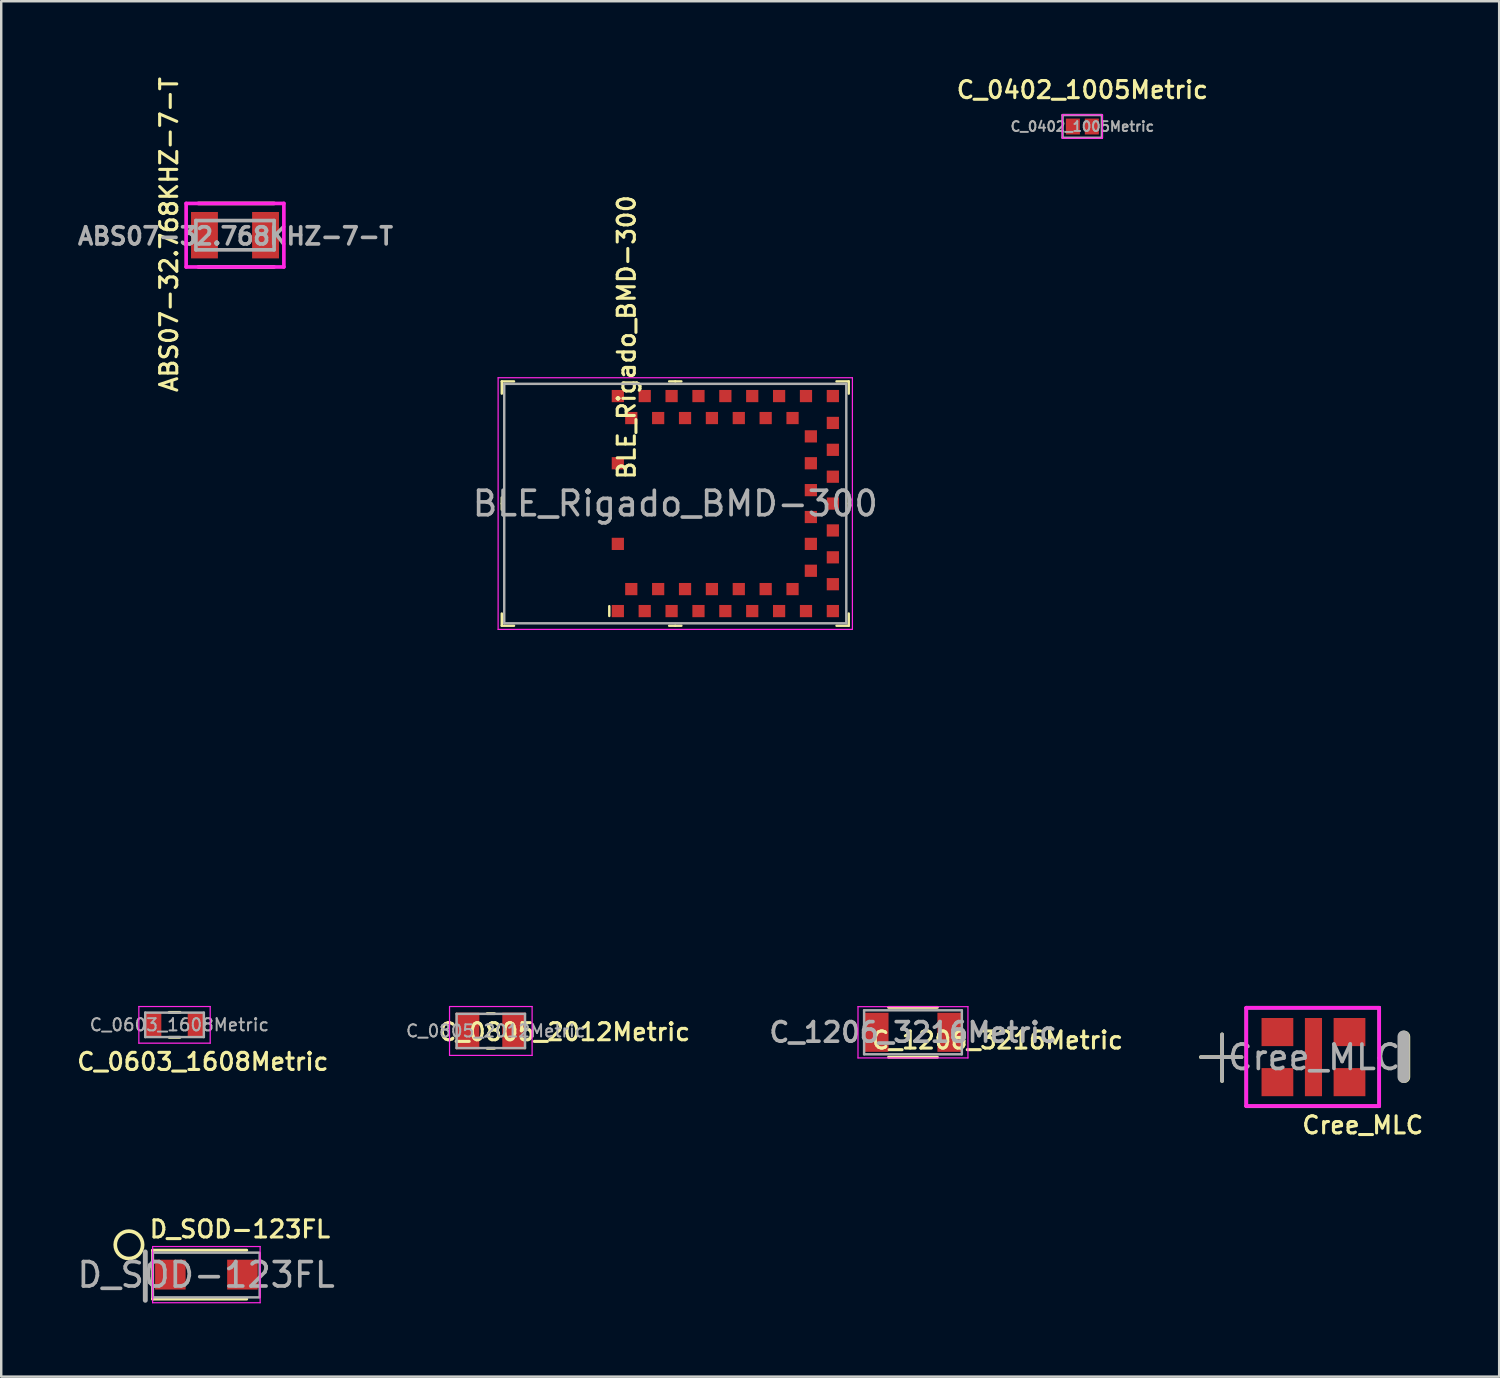
<source format=kicad_pcb>
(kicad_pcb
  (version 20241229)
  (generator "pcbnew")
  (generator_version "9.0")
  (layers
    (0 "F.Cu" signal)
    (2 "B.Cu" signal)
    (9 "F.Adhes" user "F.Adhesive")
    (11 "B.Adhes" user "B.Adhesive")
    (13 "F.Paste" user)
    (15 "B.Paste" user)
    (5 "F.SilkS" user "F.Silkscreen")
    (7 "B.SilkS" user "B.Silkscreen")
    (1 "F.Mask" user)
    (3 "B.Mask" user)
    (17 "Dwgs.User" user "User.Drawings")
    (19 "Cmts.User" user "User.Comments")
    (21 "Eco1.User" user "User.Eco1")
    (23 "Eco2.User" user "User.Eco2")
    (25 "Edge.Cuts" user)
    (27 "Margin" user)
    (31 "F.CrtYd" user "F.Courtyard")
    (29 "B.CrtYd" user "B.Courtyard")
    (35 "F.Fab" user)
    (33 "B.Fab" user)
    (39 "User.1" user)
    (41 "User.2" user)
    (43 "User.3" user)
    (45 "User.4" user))
  (footprint "ABS07-32.768KHZ-7-T"
    (layer "F.Cu")
    (at 6.568 6.576)
    (property "Reference" "ABS07-32.768KHZ-7-T" (at -2.701 -0.026 90) (layer "F.SilkS") (effects (font (size 0.7 0.7) (thickness 0.125))))
    (attr smd)
    (fp_line (start -1.5 -1.3) (end 1.6 -1.3) (stroke (width 0.15) (type solid)) (layer "F.SilkS"))
    (fp_line (start -1.5 1.3) (end 1.6 1.3) (stroke (width 0.15) (type solid)) (layer "F.SilkS"))
    (fp_line (start -2 -1.3) (end 2 -1.3) (stroke (width 0.15) (type solid)) (layer "F.CrtYd"))
    (fp_line (start -2 1.3) (end -2 -1.3) (stroke (width 0.15) (type solid)) (layer "F.CrtYd"))
    (fp_line (start 2 -1.3) (end 2 1.3) (stroke (width 0.15) (type solid)) (layer "F.CrtYd"))
    (fp_line (start 2 1.3) (end -2 1.3) (stroke (width 0.15) (type solid)) (layer "F.CrtYd"))
    (fp_line (start -1.6 -0.6) (end -1.6 0.6) (stroke (width 0.15) (type solid)) (layer "F.Fab"))
    (fp_line (start -1.6 -0.6) (end 1.6 -0.6) (stroke (width 0.15) (type solid)) (layer "F.Fab"))
    (fp_line (start 1.6 -0.6) (end 1.6 0.6) (stroke (width 0.15) (type solid)) (layer "F.Fab"))
    (fp_line (start 1.6 0.6) (end -1.6 0.6) (stroke (width 0.15) (type solid)) (layer "F.Fab"))
    (fp_text user "${REFERENCE}" (at 0.02 0.04 0) (layer "F.Fab") (effects (font (size 0.7 0.7) (thickness 0.15))))
    (pad "1" smd rect (at -1.25 0) (size 1.1 1.9) (layers "F.Cu" "F.Mask" "F.Paste"))
    (pad "2" smd rect (at 1.25 0) (size 1.1 1.9) (layers "F.Cu" "F.Mask" "F.Paste")))
  (footprint "D_SOD-123FL"
    (layer "F.Cu")
    (at 5.397 49.118)
    (property "Reference" "D_SOD-123FL" (at 1.374 -1.859 0) (layer "F.SilkS") (effects (font (size 0.7 0.7) (thickness 0.125))))
    (attr smd)
    (fp_line (start -2.2 -1) (end -2.2 1) (stroke (width 0.12) (type solid)) (layer "F.SilkS"))
    (fp_line (start -2.2 -1) (end 1.65 -1) (stroke (width 0.12) (type solid)) (layer "F.SilkS"))
    (fp_line (start -2.2 1) (end 1.65 1) (stroke (width 0.12) (type solid)) (layer "F.SilkS"))
    (fp_circle (center -3.17 -1.22) (end -2.88 -0.74) (stroke (width 0.15) (type solid)) (fill no) (layer "F.SilkS"))
    (fp_line (start -2.2 -1.15) (end -2.2 1.15) (stroke (width 0.05) (type solid)) (layer "F.CrtYd"))
    (fp_line (start -2.2 -1.15) (end 2.2 -1.15) (stroke (width 0.05) (type solid)) (layer "F.CrtYd"))
    (fp_line (start 2.2 -1.15) (end 2.2 1.15) (stroke (width 0.05) (type solid)) (layer "F.CrtYd"))
    (fp_line (start 2.2 1.15) (end -2.2 1.15) (stroke (width 0.05) (type solid)) (layer "F.CrtYd"))
    (fp_line (start -2.5 1.05) (end -2.5 -0.93) (stroke (width 0.2) (type solid)) (layer "F.Fab"))
    (fp_line (start -2.2 0.91) (end -2.2 -0.89) (stroke (width 0.1) (type solid)) (layer "F.Fab"))
    (fp_line (start -2.19 -0.9) (end 2.17 -0.9) (stroke (width 0.1) (type solid)) (layer "F.Fab"))
    (fp_line (start 2.15 0.93) (end -2.18 0.93) (stroke (width 0.1) (type solid)) (layer "F.Fab"))
    (fp_line (start 2.18 -0.87) (end 2.18 0.93) (stroke (width 0.1) (type solid)) (layer "F.Fab"))
    (fp_text user "${REFERENCE}" (at -0.01 0.01 0) (layer "F.Fab") (effects (font (size 1 1) (thickness 0.15))))
    (pad "1" smd rect (at -1.475 0) (size 1.25 1.22) (layers "F.Cu" "F.Mask" "F.Paste"))
    (pad "2" smd rect (at 1.475 0) (size 1.25 1.22) (layers "F.Cu" "F.Mask" "F.Paste")))
  (footprint "BLE_Rigado_BMD-300"
    (layer "F.Cu")
    (at 24.587 17.56)
    (property "Reference" "BLE_Rigado_BMD-300" (at -1.993 -6.806 270) (layer "F.SilkS") (effects (font (size 0.7 0.7) (thickness 0.125))))
    (attr smd)
    (fp_line (start -7.1 -5) (end -7.1 -4.5) (stroke (width 0.1) (type solid)) (layer "F.SilkS"))
    (fp_line (start -7.1 -5) (end -6.6 -5) (stroke (width 0.1) (type solid)) (layer "F.SilkS"))
    (fp_line (start -7.1 0) (end -7.1 -0.25) (stroke (width 0.1) (type solid)) (layer "F.SilkS"))
    (fp_line (start -7.1 0) (end -7.1 0.25) (stroke (width 0.1) (type solid)) (layer "F.SilkS"))
    (fp_line (start -7.1 5) (end -7.1 4.5) (stroke (width 0.1) (type solid)) (layer "F.SilkS"))
    (fp_line (start -7.1 5) (end -6.6 5) (stroke (width 0.1) (type solid)) (layer "F.SilkS"))
    (fp_line (start -2.7 4.2) (end -2.7 4.6) (stroke (width 0.1) (type solid)) (layer "F.SilkS"))
    (fp_line (start 0 -5) (end -0.25 -5) (stroke (width 0.1) (type solid)) (layer "F.SilkS"))
    (fp_line (start 0 -5) (end 0.25 -5) (stroke (width 0.1) (type solid)) (layer "F.SilkS"))
    (fp_line (start 0 5) (end -0.25 5) (stroke (width 0.1) (type solid)) (layer "F.SilkS"))
    (fp_line (start 0 5) (end 0.25 5) (stroke (width 0.1) (type solid)) (layer "F.SilkS"))
    (fp_line (start 7.1 -5) (end 6.6 -5) (stroke (width 0.1) (type solid)) (layer "F.SilkS"))
    (fp_line (start 7.1 -5) (end 7.1 -4.5) (stroke (width 0.1) (type solid)) (layer "F.SilkS"))
    (fp_line (start 7.1 0) (end 7.1 -0.25) (stroke (width 0.1) (type solid)) (layer "F.SilkS"))
    (fp_line (start 7.1 0) (end 7.1 0.25) (stroke (width 0.1) (type solid)) (layer "F.SilkS"))
    (fp_line (start 7.1 5) (end 6.6 5) (stroke (width 0.1) (type solid)) (layer "F.SilkS"))
    (fp_line (start 7.1 5) (end 7.1 4.5) (stroke (width 0.1) (type solid)) (layer "F.SilkS"))
    (fp_line (start -7.1 -17.5) (end -2.66 -17.5) (stroke (width 0.12) (type solid)) (layer "Eco1.User"))
    (fp_line (start -7.1 17.5) (end -7.1 -17.5) (stroke (width 0.12) (type solid)) (layer "Eco1.User"))
    (fp_line (start -2.7 17.5) (end -7.09 17.5) (stroke (width 0.12) (type solid)) (layer "Eco1.User"))
    (fp_line (start -2.66 -17.5) (end -2.66 17.5) (stroke (width 0.12) (type solid)) (layer "Eco1.User"))
    (fp_line (start -7.25 -5.15) (end -7.25 5.15) (stroke (width 0.05) (type solid)) (layer "F.CrtYd"))
    (fp_line (start 7.25 -5.15) (end -7.25 -5.15) (stroke (width 0.05) (type solid)) (layer "F.CrtYd"))
    (fp_line (start 7.25 -5.15) (end 7.25 5.15) (stroke (width 0.05) (type solid)) (layer "F.CrtYd"))
    (fp_line (start 7.25 5.15) (end -7.25 5.15) (stroke (width 0.05) (type solid)) (layer "F.CrtYd"))
    (fp_line (start -7 -4.9) (end -7 4.9) (stroke (width 0.1) (type solid)) (layer "F.Fab"))
    (fp_line (start -7 -4.9) (end 7 -4.9) (stroke (width 0.1) (type solid)) (layer "F.Fab"))
    (fp_line (start -7 4.9) (end 7 4.9) (stroke (width 0.1) (type solid)) (layer "F.Fab"))
    (fp_line (start 7 -4.9) (end 7 4.9) (stroke (width 0.1) (type solid)) (layer "F.Fab"))
    (fp_text user "KeepOut" (at -4.82 -11.1 270) (layer "Eco1.User") (effects (font (size 1 1) (thickness 0.15))))
    (fp_text user "KeepOut" (at -4.82 -11.1 90) (layer "Eco1.User") (effects (font (size 1 1) (thickness 0.15))))
    (fp_text user "${REFERENCE}" (at 0 0 0) (layer "F.Fab") (effects (font (size 1 1) (thickness 0.15))))
    (pad "1" smd rect (at -2.35 4.4) (size 0.5 0.5) (layers "F.Cu" "F.Mask" "F.Paste"))
    (pad "2" smd rect (at -1.8 3.5) (size 0.5 0.5) (layers "F.Cu" "F.Mask" "F.Paste"))
    (pad "3" smd rect (at -1.25 4.4) (size 0.5 0.5) (layers "F.Cu" "F.Mask" "F.Paste"))
    (pad "4" smd rect (at -0.7 3.5) (size 0.5 0.5) (layers "F.Cu" "F.Mask" "F.Paste"))
    (pad "5" smd rect (at -0.15 4.4) (size 0.5 0.5) (layers "F.Cu" "F.Mask" "F.Paste"))
    (pad "6" smd rect (at 0.4 3.5) (size 0.5 0.5) (layers "F.Cu" "F.Mask" "F.Paste"))
    (pad "7" smd rect (at 0.95 4.4) (size 0.5 0.5) (layers "F.Cu" "F.Mask" "F.Paste"))
    (pad "8" smd rect (at 1.5 3.5) (size 0.5 0.5) (layers "F.Cu" "F.Mask" "F.Paste"))
    (pad "9" smd rect (at 2.05 4.4) (size 0.5 0.5) (layers "F.Cu" "F.Mask" "F.Paste"))
    (pad "10" smd rect (at 2.6 3.5) (size 0.5 0.5) (layers "F.Cu" "F.Mask" "F.Paste"))
    (pad "11" smd rect (at 3.15 4.4) (size 0.5 0.5) (layers "F.Cu" "F.Mask" "F.Paste"))
    (pad "12" smd rect (at 3.7 3.5) (size 0.5 0.5) (layers "F.Cu" "F.Mask" "F.Paste"))
    (pad "13" smd rect (at 4.25 4.4) (size 0.5 0.5) (layers "F.Cu" "F.Mask" "F.Paste"))
    (pad "14" smd rect (at 4.8 3.5) (size 0.5 0.5) (layers "F.Cu" "F.Mask" "F.Paste"))
    (pad "15" smd rect (at 5.35 4.4) (size 0.5 0.5) (layers "F.Cu" "F.Mask" "F.Paste"))
    (pad "16" smd rect (at 6.45 4.4) (size 0.5 0.5) (layers "F.Cu" "F.Mask" "F.Paste"))
    (pad "17" smd rect (at 6.45 3.3) (size 0.5 0.5) (layers "F.Cu" "F.Mask" "F.Paste"))
    (pad "18" smd rect (at 5.55 2.75) (size 0.5 0.5) (layers "F.Cu" "F.Mask" "F.Paste"))
    (pad "19" smd rect (at 6.45 2.2) (size 0.5 0.5) (layers "F.Cu" "F.Mask" "F.Paste"))
    (pad "20" smd rect (at 5.55 1.65) (size 0.5 0.5) (layers "F.Cu" "F.Mask" "F.Paste"))
    (pad "21" smd rect (at 6.45 1.1) (size 0.5 0.5) (layers "F.Cu" "F.Mask" "F.Paste"))
    (pad "22" smd rect (at 5.55 0.55) (size 0.5 0.5) (layers "F.Cu" "F.Mask" "F.Paste"))
    (pad "23" smd rect (at 6.45 0) (size 0.5 0.5) (layers "F.Cu" "F.Mask" "F.Paste"))
    (pad "24" smd rect (at 5.55 -0.55) (size 0.5 0.5) (layers "F.Cu" "F.Mask" "F.Paste"))
    (pad "25" smd rect (at 6.45 -1.1) (size 0.5 0.5) (layers "F.Cu" "F.Mask" "F.Paste"))
    (pad "26" smd rect (at 5.55 -1.65) (size 0.5 0.5) (layers "F.Cu" "F.Mask" "F.Paste"))
    (pad "27" smd rect (at 6.45 -2.2) (size 0.5 0.5) (layers "F.Cu" "F.Mask" "F.Paste"))
    (pad "28" smd rect (at 5.55 -2.75) (size 0.5 0.5) (layers "F.Cu" "F.Mask" "F.Paste"))
    (pad "29" smd rect (at 6.45 -3.3) (size 0.5 0.5) (layers "F.Cu" "F.Mask" "F.Paste"))
    (pad "30" smd rect (at 6.45 -4.4) (size 0.5 0.5) (layers "F.Cu" "F.Mask" "F.Paste"))
    (pad "31" smd rect (at 5.35 -4.4) (size 0.5 0.5) (layers "F.Cu" "F.Mask" "F.Paste"))
    (pad "32" smd rect (at 4.8 -3.5) (size 0.5 0.5) (layers "F.Cu" "F.Mask" "F.Paste"))
    (pad "33" smd rect (at 4.25 -4.4) (size 0.5 0.5) (layers "F.Cu" "F.Mask" "F.Paste"))
    (pad "34" smd rect (at 3.7 -3.5) (size 0.5 0.5) (layers "F.Cu" "F.Mask" "F.Paste"))
    (pad "35" smd rect (at 3.15 -4.4) (size 0.5 0.5) (layers "F.Cu" "F.Mask" "F.Paste"))
    (pad "36" smd rect (at 2.6 -3.5) (size 0.5 0.5) (layers "F.Cu" "F.Mask" "F.Paste"))
    (pad "37" smd rect (at 2.05 -4.4) (size 0.5 0.5) (layers "F.Cu" "F.Mask" "F.Paste"))
    (pad "38" smd rect (at 1.5 -3.5) (size 0.5 0.5) (layers "F.Cu" "F.Mask" "F.Paste"))
    (pad "39" smd rect (at 0.95 -4.4) (size 0.5 0.5) (layers "F.Cu" "F.Mask" "F.Paste"))
    (pad "40" smd rect (at 0.4 -3.5) (size 0.5 0.5) (layers "F.Cu" "F.Mask" "F.Paste"))
    (pad "41" smd rect (at -0.15 -4.4) (size 0.5 0.5) (layers "F.Cu" "F.Mask" "F.Paste"))
    (pad "42" smd rect (at -0.7 -3.5) (size 0.5 0.5) (layers "F.Cu" "F.Mask" "F.Paste"))
    (pad "43" smd rect (at -1.25 -4.4) (size 0.5 0.5) (layers "F.Cu" "F.Mask" "F.Paste"))
    (pad "44" smd rect (at -1.8 -3.5) (size 0.5 0.5) (layers "F.Cu" "F.Mask" "F.Paste"))
    (pad "45" smd rect (at -2.35 -4.4) (size 0.5 0.5) (layers "F.Cu" "F.Mask" "F.Paste"))
    (pad "46" smd rect (at -2.35 -1.65) (size 0.5 0.5) (layers "F.Cu" "F.Mask" "F.Paste"))
    (pad "47" smd rect (at -2.35 1.65) (size 0.5 0.5) (layers "F.Cu" "F.Mask" "F.Paste")))
  (footprint "C_0402_1005Metric"
    (layer "F.Cu")
    (at 41.249 2.129)
    (property "Reference" "C_0402_1005Metric" (at 0 -1.5 0) (layer "F.SilkS") (effects (font (size 0.7 0.7) (thickness 0.125))))
    (attr smd)
    (fp_line (start -0.82 -0.48) (end 0.82 -0.48) (stroke (width 0.05) (type solid)) (layer "F.CrtYd"))
    (fp_line (start -0.82 0.48) (end -0.82 -0.48) (stroke (width 0.05) (type solid)) (layer "F.CrtYd"))
    (fp_line (start 0.82 -0.48) (end 0.82 0.48) (stroke (width 0.05) (type solid)) (layer "F.CrtYd"))
    (fp_line (start 0.82 0.48) (end -0.82 0.48) (stroke (width 0.05) (type solid)) (layer "F.CrtYd"))
    (fp_line (start -0.81 -0.46) (end -0.81 0.44) (stroke (width 0.1) (type solid)) (layer "F.Fab"))
    (fp_line (start 0.8 -0.47) (end -0.81 -0.47) (stroke (width 0.1) (type solid)) (layer "F.Fab"))
    (fp_line (start 0.8 -0.46) (end 0.8 0.44) (stroke (width 0.1) (type solid)) (layer "F.Fab"))
    (fp_line (start 0.8 0.46) (end -0.81 0.46) (stroke (width 0.1) (type solid)) (layer "F.Fab"))
    (fp_text user "${REFERENCE}" (at 0 0 0) (layer "F.Fab") (effects (font (size 0.4 0.4) (thickness 0.08))))
    (pad "1" smd rect (at -0.388 0) (size 0.575 0.65) (layers "F.Cu" "F.Mask" "F.Paste"))
    (pad "2" smd rect (at 0.388 0) (size 0.575 0.65) (layers "F.Cu" "F.Mask" "F.Paste")))
  (footprint "C_0805_2012Metric"
    (layer "F.Cu")
    (at 17.038 39.145)
    (property "Reference" "C_0805_2012Metric" (at 3.015 0.043 0) (layer "F.SilkS") (effects (font (size 0.7 0.7) (thickness 0.125))))
    (attr smd)
    (fp_line (start -0.15 -0.71) (end 0.15 -0.71) (stroke (width 0.12) (type solid)) (layer "F.SilkS"))
    (fp_line (start -0.15 0.71) (end 0.15 0.71) (stroke (width 0.12) (type solid)) (layer "F.SilkS"))
    (fp_line (start -1.69 -1) (end 1.69 -1) (stroke (width 0.05) (type solid)) (layer "F.CrtYd"))
    (fp_line (start -1.69 1) (end -1.69 -1) (stroke (width 0.05) (type solid)) (layer "F.CrtYd"))
    (fp_line (start 1.69 -1) (end 1.69 1) (stroke (width 0.05) (type solid)) (layer "F.CrtYd"))
    (fp_line (start 1.69 1) (end -1.69 1) (stroke (width 0.05) (type solid)) (layer "F.CrtYd"))
    (fp_line (start -1.4 -0.7) (end 1.4 -0.7) (stroke (width 0.1) (type solid)) (layer "F.Fab"))
    (fp_line (start -1.4 0.7) (end -1.4 -0.7) (stroke (width 0.1) (type solid)) (layer "F.Fab"))
    (fp_line (start 1.4 -0.7) (end 1.4 0.7) (stroke (width 0.1) (type solid)) (layer "F.Fab"))
    (fp_line (start 1.4 0.7) (end -1.4 0.7) (stroke (width 0.1) (type solid)) (layer "F.Fab"))
    (fp_text user "${REFERENCE}" (at 0.2 0 0) (layer "F.Fab") (effects (font (size 0.5 0.5) (thickness 0.08))))
    (pad "1" smd rect (at -0.955 0) (size 0.97 1.5) (layers "F.Cu" "F.Mask" "F.Paste"))
    (pad "2" smd rect (at 0.955 0) (size 0.97 1.5) (layers "F.Cu" "F.Mask" "F.Paste")))
  (footprint "Cree_MLC"
    (layer "F.Cu")
    (at 50.707 40.215)
    (property "Reference" "Cree_MLC" (at 2.017 2.786 0) (layer "F.SilkS") (effects (font (size 0.7 0.7) (thickness 0.125))))
    (attr smd)
    (fp_line (start -4.61 0) (end -2.94 0) (stroke (width 0.15) (type solid)) (layer "F.SilkS"))
    (fp_line (start -3.74 -0.93) (end -3.74 0.98) (stroke (width 0.15) (type solid)) (layer "F.SilkS"))
    (fp_line (start 3.71 -0.83) (end 3.71 0.81) (stroke (width 0.5) (type solid)) (layer "F.SilkS"))
    (fp_line (start -2.75 -2.02) (end 2.69 -2.02) (stroke (width 0.15) (type solid)) (layer "F.CrtYd"))
    (fp_line (start -2.75 -2) (end -2.75 -2.02) (stroke (width 0.15) (type solid)) (layer "F.CrtYd"))
    (fp_line (start -2.75 2) (end -2.75 -2) (stroke (width 0.15) (type solid)) (layer "F.CrtYd"))
    (fp_line (start 2.69 -2.01) (end 2.69 2) (stroke (width 0.15) (type solid)) (layer "F.CrtYd"))
    (fp_line (start 2.69 2) (end -2.75 2) (stroke (width 0.15) (type solid)) (layer "F.CrtYd"))
    (fp_line (start -4.6 0) (end -2.95 0) (stroke (width 0.15) (type solid)) (layer "F.Fab"))
    (fp_line (start -3.74 0.98) (end -3.74 -0.93) (stroke (width 0.15) (type solid)) (layer "F.Fab"))
    (fp_line (start -2.75 -2.02) (end -2.75 2.01) (stroke (width 0.15) (type solid)) (layer "F.Fab"))
    (fp_line (start -2.75 2.01) (end 2.68 2.01) (stroke (width 0.15) (type solid)) (layer "F.Fab"))
    (fp_line (start 2.69 -2.02) (end -2.74 -2.02) (stroke (width 0.15) (type solid)) (layer "F.Fab"))
    (fp_line (start 2.69 0.03) (end 2.69 -2.02) (stroke (width 0.15) (type solid)) (layer "F.Fab"))
    (fp_line (start 2.69 2.01) (end 2.69 0.04) (stroke (width 0.15) (type solid)) (layer "F.Fab"))
    (fp_line (start 3.69 -0.84) (end 3.69 0.81) (stroke (width 0.5) (type solid)) (layer "F.Fab"))
    (fp_text user "${REFERENCE}" (at 0.03 0.01 0) (layer "F.Fab") (effects (font (size 1 1) (thickness 0.15))))
    (pad "1" smd rect (at -1.475 -1.025) (size 1.3 1.15) (layers "F.Cu" "F.Mask" "F.Paste"))
    (pad "1" smd rect (at -1.475 1.025) (size 1.3 1.15) (layers "F.Cu" "F.Mask" "F.Paste"))
    (pad "2" smd rect (at 1.475 -1.025) (size 1.3 1.15) (layers "F.Cu" "F.Mask" "F.Paste"))
    (pad "2" smd rect (at 1.475 1.025) (size 1.3 1.15) (layers "F.Cu" "F.Mask" "F.Paste"))
    (pad "3" smd rect (at 0 0) (size 0.7 3.2) (layers "F.Cu" "F.Mask" "F.Paste")))
  (footprint "C_1206_3216Metric"
    (layer "F.Cu")
    (at 34.316 39.2)
    (property "Reference" "C_1206_3216Metric" (at 3.455 0.327 0) (layer "F.SilkS") (effects (font (size 0.7 0.7) (thickness 0.125))))
    (attr smd)
    (fp_line (start -1 1.02) (end 1 1.02) (stroke (width 0.12) (type solid)) (layer "F.SilkS"))
    (fp_line (start 1 -1.02) (end -1 -1.02) (stroke (width 0.12) (type solid)) (layer "F.SilkS"))
    (fp_line (start -2.25 -1.05) (end -2.25 1.05) (stroke (width 0.05) (type solid)) (layer "F.CrtYd"))
    (fp_line (start -2.25 -1.05) (end 2.25 -1.05) (stroke (width 0.05) (type solid)) (layer "F.CrtYd"))
    (fp_line (start 2.25 1.05) (end -2.25 1.05) (stroke (width 0.05) (type solid)) (layer "F.CrtYd"))
    (fp_line (start 2.25 1.05) (end 2.25 -1.05) (stroke (width 0.05) (type solid)) (layer "F.CrtYd"))
    (fp_line (start -2 -0.9) (end 2 -0.9) (stroke (width 0.1) (type solid)) (layer "F.Fab"))
    (fp_line (start -2 0.9) (end -2 -0.9) (stroke (width 0.1) (type solid)) (layer "F.Fab"))
    (fp_line (start 2 -0.9) (end 2 0.9) (stroke (width 0.1) (type solid)) (layer "F.Fab"))
    (fp_line (start 2 0.9) (end -2 0.9) (stroke (width 0.1) (type solid)) (layer "F.Fab"))
    (fp_text user "${REFERENCE}" (at 0 0 0) (layer "F.Fab") (effects (font (size 0.8 0.8) (thickness 0.15))))
    (pad "1" smd rect (at -1.5 0) (size 1 1.6) (layers "F.Cu" "F.Mask" "F.Paste"))
    (pad "2" smd rect (at 1.5 0) (size 1 1.6) (layers "F.Cu" "F.Mask" "F.Paste")))
  (footprint "C_0603_1608Metric"
    (layer "F.Cu")
    (at 4.093 38.895)
    (property "Reference" "C_0603_1608Metric" (at 1.158 1.508 0) (layer "F.SilkS") (effects (font (size 0.7 0.7) (thickness 0.125))))
    (attr smd)
    (fp_line (start -0.22 -0.51) (end 0.22 -0.51) (stroke (width 0.12) (type solid)) (layer "F.SilkS"))
    (fp_line (start -0.22 0.51) (end 0.22 0.51) (stroke (width 0.12) (type solid)) (layer "F.SilkS"))
    (fp_line (start -1.46 -0.75) (end 1.46 -0.75) (stroke (width 0.05) (type solid)) (layer "F.CrtYd"))
    (fp_line (start -1.46 0.75) (end -1.46 -0.75) (stroke (width 0.05) (type solid)) (layer "F.CrtYd"))
    (fp_line (start 1.46 -0.75) (end 1.46 0.75) (stroke (width 0.05) (type solid)) (layer "F.CrtYd"))
    (fp_line (start 1.46 0.75) (end -1.46 0.75) (stroke (width 0.05) (type solid)) (layer "F.CrtYd"))
    (fp_line (start -1.2 -0.5) (end 1.2 -0.5) (stroke (width 0.1) (type solid)) (layer "F.Fab"))
    (fp_line (start -1.2 0.5) (end -1.2 -0.5) (stroke (width 0.1) (type solid)) (layer "F.Fab"))
    (fp_line (start 1.2 -0.5) (end 1.2 0.5) (stroke (width 0.1) (type solid)) (layer "F.Fab"))
    (fp_line (start 1.2 0.5) (end -1.2 0.5) (stroke (width 0.1) (type solid)) (layer "F.Fab"))
    (fp_text user "${REFERENCE}" (at 0.2 0 0) (layer "F.Fab") (effects (font (size 0.5 0.5) (thickness 0.08))))
    (pad "1" smd rect (at -0.875 0) (size 0.67 1) (layers "F.Cu" "F.Mask" "F.Paste"))
    (pad "2" smd rect (at 0.875 0) (size 0.67 1) (layers "F.Cu" "F.Mask" "F.Paste")))
  (gr_rect
    (start -3 -3)
    (end 58.308 53.293)
    (stroke (width 0.1) (type default))
    (fill no)
    (layer "Edge.Cuts")))
</source>
